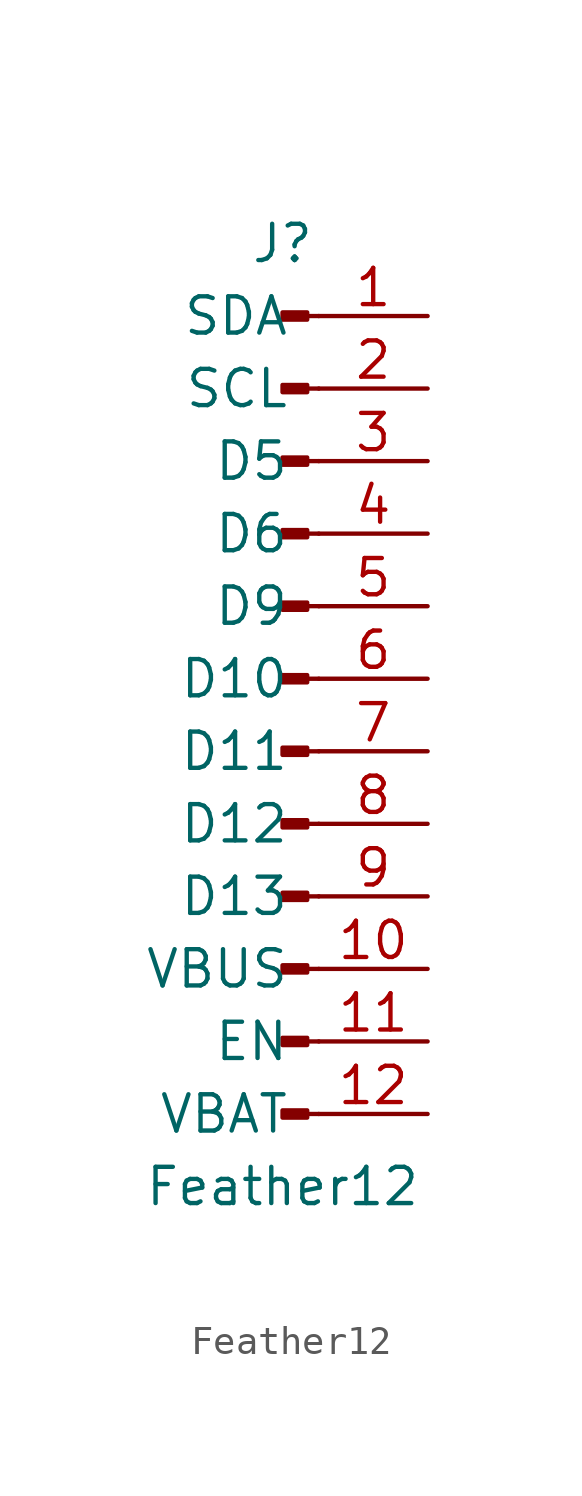
<source format=kicad_sym>
(kicad_symbol_lib
  (version 20211014)
  (generator kicad_symbol_editor)
  (symbol "Feather12"
    (pin_names
      (offset 1.016))
    (property "Reference" "J"
      (at 0 15.24 0)
      (effects (font (size 1.27 1.27))))
    (property "Value" "Feather12"
      (at 0 -17.78 0)
      (effects (font (size 1.27 1.27))))
    (symbol "Feather12_1_1"
      (polyline (pts (xy 1.27 -15.24) (xy 0.864 -15.24)) (stroke (width 0.152) (type default) (color 0 0 0 0)) (fill (type none)))
      (polyline (pts (xy 1.27 -12.7) (xy 0.864 -12.7)) (stroke (width 0.152) (type default) (color 0 0 0 0)) (fill (type none)))
      (polyline (pts (xy 1.27 -10.16) (xy 0.864 -10.16)) (stroke (width 0.152) (type default) (color 0 0 0 0)) (fill (type none)))
      (polyline (pts (xy 1.27 -7.62) (xy 0.864 -7.62)) (stroke (width 0.152) (type default) (color 0 0 0 0)) (fill (type none)))
      (polyline (pts (xy 1.27 -5.08) (xy 0.864 -5.08)) (stroke (width 0.152) (type default) (color 0 0 0 0)) (fill (type none)))
      (polyline (pts (xy 1.27 -2.54) (xy 0.864 -2.54)) (stroke (width 0.152) (type default) (color 0 0 0 0)) (fill (type none)))
      (polyline (pts (xy 1.27 0) (xy 0.864 0)) (stroke (width 0.152) (type default) (color 0 0 0 0)) (fill (type none)))
      (polyline (pts (xy 1.27 2.54) (xy 0.864 2.54)) (stroke (width 0.152) (type default) (color 0 0 0 0)) (fill (type none)))
      (polyline (pts (xy 1.27 5.08) (xy 0.864 5.08)) (stroke (width 0.152) (type default) (color 0 0 0 0)) (fill (type none)))
      (polyline (pts (xy 1.27 7.62) (xy 0.864 7.62)) (stroke (width 0.152) (type default) (color 0 0 0 0)) (fill (type none)))
      (polyline (pts (xy 1.27 10.16) (xy 0.864 10.16)) (stroke (width 0.152) (type default) (color 0 0 0 0)) (fill (type none)))
      (polyline (pts (xy 1.27 12.7) (xy 0.864 12.7)) (stroke (width 0.152) (type default) (color 0 0 0 0)) (fill (type none)))
      (rectangle (start 0.864 -15.113) (end 0 -15.367) (stroke (width 0.152) (type default) (color 0 0 0 0)) (fill (type outline)))
      (rectangle (start 0.864 -12.573) (end 0 -12.827) (stroke (width 0.152) (type default) (color 0 0 0 0)) (fill (type outline)))
      (rectangle (start 0.864 -10.033) (end 0 -10.287) (stroke (width 0.152) (type default) (color 0 0 0 0)) (fill (type outline)))
      (rectangle (start 0.864 -7.493) (end 0 -7.747) (stroke (width 0.152) (type default) (color 0 0 0 0)) (fill (type outline)))
      (rectangle (start 0.864 -4.953) (end 0 -5.207) (stroke (width 0.152) (type default) (color 0 0 0 0)) (fill (type outline)))
      (rectangle (start 0.864 -2.413) (end 0 -2.667) (stroke (width 0.152) (type default) (color 0 0 0 0)) (fill (type outline)))
      (rectangle (start 0.864 0.127) (end 0 -0.127) (stroke (width 0.152) (type default) (color 0 0 0 0)) (fill (type outline)))
      (rectangle (start 0.864 2.667) (end 0 2.413) (stroke (width 0.152) (type default) (color 0 0 0 0)) (fill (type outline)))
      (rectangle (start 0.864 5.207) (end 0 4.953) (stroke (width 0.152) (type default) (color 0 0 0 0)) (fill (type outline)))
      (rectangle (start 0.864 7.747) (end 0 7.493) (stroke (width 0.152) (type default) (color 0 0 0 0)) (fill (type outline)))
      (rectangle (start 0.864 10.287) (end 0 10.033) (stroke (width 0.152) (type default) (color 0 0 0 0)) (fill (type outline)))
      (rectangle (start 0.864 12.827) (end 0 12.573) (stroke (width 0.152) (type default) (color 0 0 0 0)) (fill (type outline)))
      (pin passive line (at 5.08 12.7 180) (length 3.81) (name "SDA" (effects (font (size 1.27 1.27)))) (number "1" (effects (font (size 1.27 1.27)))))
      (pin passive line (at 5.08 -10.16 180) (length 3.81) (name "VBUS" (effects (font (size 1.27 1.27)))) (number "10" (effects (font (size 1.27 1.27)))))
      (pin passive line (at 5.08 -12.7 180) (length 3.81) (name "EN" (effects (font (size 1.27 1.27)))) (number "11" (effects (font (size 1.27 1.27)))))
      (pin passive line (at 5.08 -15.24 180) (length 3.81) (name "VBAT" (effects (font (size 1.27 1.27)))) (number "12" (effects (font (size 1.27 1.27)))))
      (pin passive line (at 5.08 10.16 180) (length 3.81) (name "SCL" (effects (font (size 1.27 1.27)))) (number "2" (effects (font (size 1.27 1.27)))))
      (pin passive line (at 5.08 7.62 180) (length 3.81) (name "D5" (effects (font (size 1.27 1.27)))) (number "3" (effects (font (size 1.27 1.27)))))
      (pin passive line (at 5.08 5.08 180) (length 3.81) (name "D6" (effects (font (size 1.27 1.27)))) (number "4" (effects (font (size 1.27 1.27)))))
      (pin passive line (at 5.08 2.54 180) (length 3.81) (name "D9" (effects (font (size 1.27 1.27)))) (number "5" (effects (font (size 1.27 1.27)))))
      (pin passive line (at 5.08 0 180) (length 3.81) (name "D10" (effects (font (size 1.27 1.27)))) (number "6" (effects (font (size 1.27 1.27)))))
      (pin passive line (at 5.08 -2.54 180) (length 3.81) (name "D11" (effects (font (size 1.27 1.27)))) (number "7" (effects (font (size 1.27 1.27)))))
      (pin passive line (at 5.08 -5.08 180) (length 3.81) (name "D12" (effects (font (size 1.27 1.27)))) (number "8" (effects (font (size 1.27 1.27)))))
      (pin passive line (at 5.08 -7.62 180) (length 3.81) (name "D13" (effects (font (size 1.27 1.27)))) (number "9" (effects (font (size 1.27 1.27))))))))
</source>
